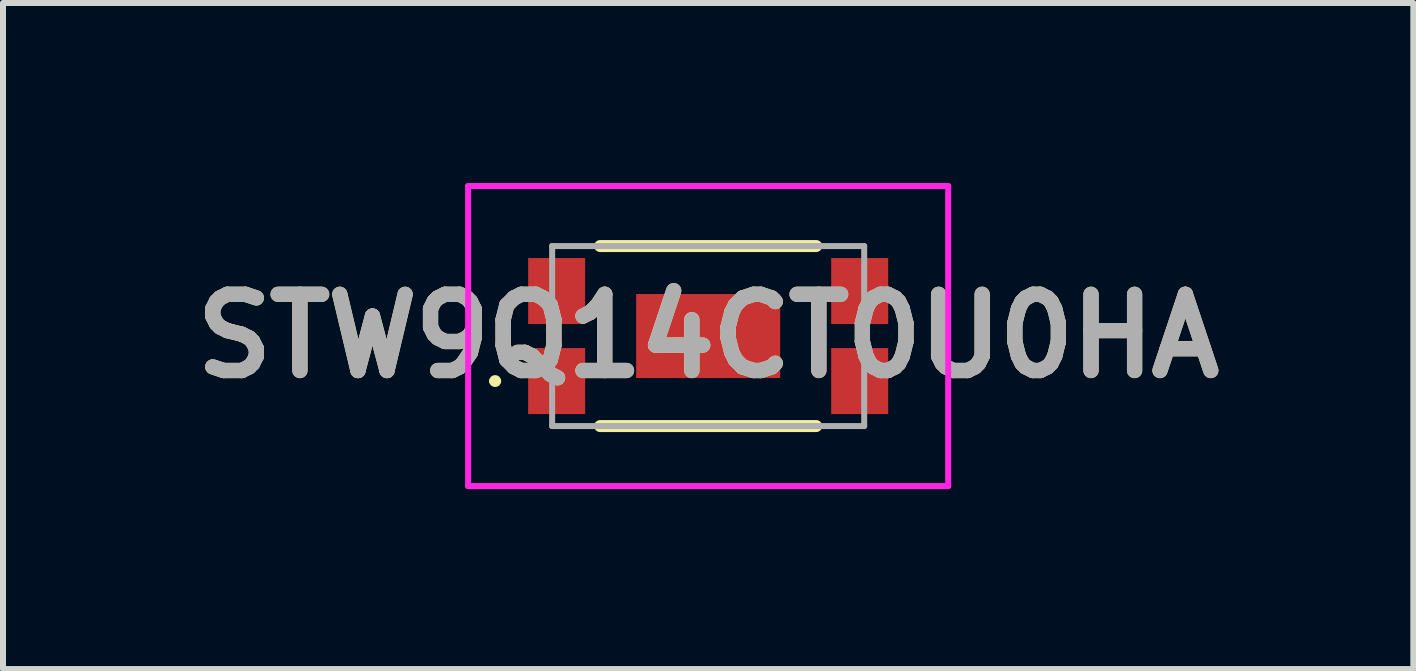
<source format=kicad_pcb>
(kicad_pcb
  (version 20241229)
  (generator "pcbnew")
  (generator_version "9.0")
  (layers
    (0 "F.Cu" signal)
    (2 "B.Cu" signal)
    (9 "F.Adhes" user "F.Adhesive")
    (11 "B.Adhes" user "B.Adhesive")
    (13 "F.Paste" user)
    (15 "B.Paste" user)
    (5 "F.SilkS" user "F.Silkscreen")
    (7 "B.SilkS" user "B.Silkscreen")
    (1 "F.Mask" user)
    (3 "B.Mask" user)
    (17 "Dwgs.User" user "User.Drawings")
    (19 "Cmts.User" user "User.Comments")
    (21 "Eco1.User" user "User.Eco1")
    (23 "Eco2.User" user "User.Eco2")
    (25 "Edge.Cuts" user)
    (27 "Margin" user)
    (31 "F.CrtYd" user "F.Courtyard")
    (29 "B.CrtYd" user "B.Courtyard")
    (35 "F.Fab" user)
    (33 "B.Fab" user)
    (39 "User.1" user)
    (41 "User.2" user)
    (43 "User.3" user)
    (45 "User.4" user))
  (footprint "STW9Q14CT0U0HA"
    (layer "F.Cu")
    (at 8.751 2.55)
    (property "Reference" "STW9Q14CT0U0HA" (at 0 0 0) (layer "F.SilkS") (effects (font (size 1.27 1.27) (thickness 0.254))))
    (attr smd)
    (fp_line (start -3.6 0.75) (end -3.6 0.75) (stroke (width 0.1) (type solid)) (layer "F.SilkS"))
    (fp_line (start -3.5 0.75) (end -3.5 0.75) (stroke (width 0.1) (type solid)) (layer "F.SilkS"))
    (fp_line (start -1.8 -1.5) (end 1.8 -1.5) (stroke (width 0.2) (type solid)) (layer "F.SilkS"))
    (fp_line (start -1.8 1.5) (end 1.8 1.5) (stroke (width 0.2) (type solid)) (layer "F.SilkS"))
    (fp_arc (start -3.6 0.75) (mid -3.55 0.7) (end -3.5 0.75) (stroke (width 0.1) (type solid)) (layer "F.SilkS"))
    (fp_arc (start -3.5 0.75) (mid -3.55 0.8) (end -3.6 0.75) (stroke (width 0.1) (type solid)) (layer "F.SilkS"))
    (fp_line (start -4 -2.5) (end 4 -2.5) (stroke (width 0.1) (type solid)) (layer "F.CrtYd"))
    (fp_line (start -4 2.5) (end -4 -2.5) (stroke (width 0.1) (type solid)) (layer "F.CrtYd"))
    (fp_line (start 4 -2.5) (end 4 2.5) (stroke (width 0.1) (type solid)) (layer "F.CrtYd"))
    (fp_line (start 4 2.5) (end -4 2.5) (stroke (width 0.1) (type solid)) (layer "F.CrtYd"))
    (fp_line (start -2.6 -1.5) (end 2.6 -1.5) (stroke (width 0.1) (type solid)) (layer "F.Fab"))
    (fp_line (start -2.6 1.5) (end -2.6 -1.5) (stroke (width 0.1) (type solid)) (layer "F.Fab"))
    (fp_line (start 2.6 -1.5) (end 2.6 1.5) (stroke (width 0.1) (type solid)) (layer "F.Fab"))
    (fp_line (start 2.6 1.5) (end -2.6 1.5) (stroke (width 0.1) (type solid)) (layer "F.Fab"))
    (fp_text user "${REFERENCE}" (at 0 0 0) (layer "F.Fab") (effects (font (size 1.27 1.27) (thickness 0.254))))
    (pad "1" smd rect (at -2.525 0.75) (size 0.95 1.1) (layers "F.Cu" "F.Mask" "F.Paste"))
    (pad "2" smd rect (at 2.525 -0.75) (size 0.95 1.1) (layers "F.Cu" "F.Mask" "F.Paste"))
    (pad "3" smd rect (at 2.525 0.75) (size 0.95 1.1) (layers "F.Cu" "F.Mask" "F.Paste"))
    (pad "4" smd rect (at -2.525 -0.75) (size 0.95 1.1) (layers "F.Cu" "F.Mask" "F.Paste"))
    (pad "5" smd rect (at 0 0 90) (size 1.4 2.4) (layers "F.Cu" "F.Mask" "F.Paste")))
  (gr_rect
    (start -3 -3)
    (end 20.502 8.1)
    (stroke (width 0.1) (type default))
    (fill no)
    (layer "Edge.Cuts")))
</source>
